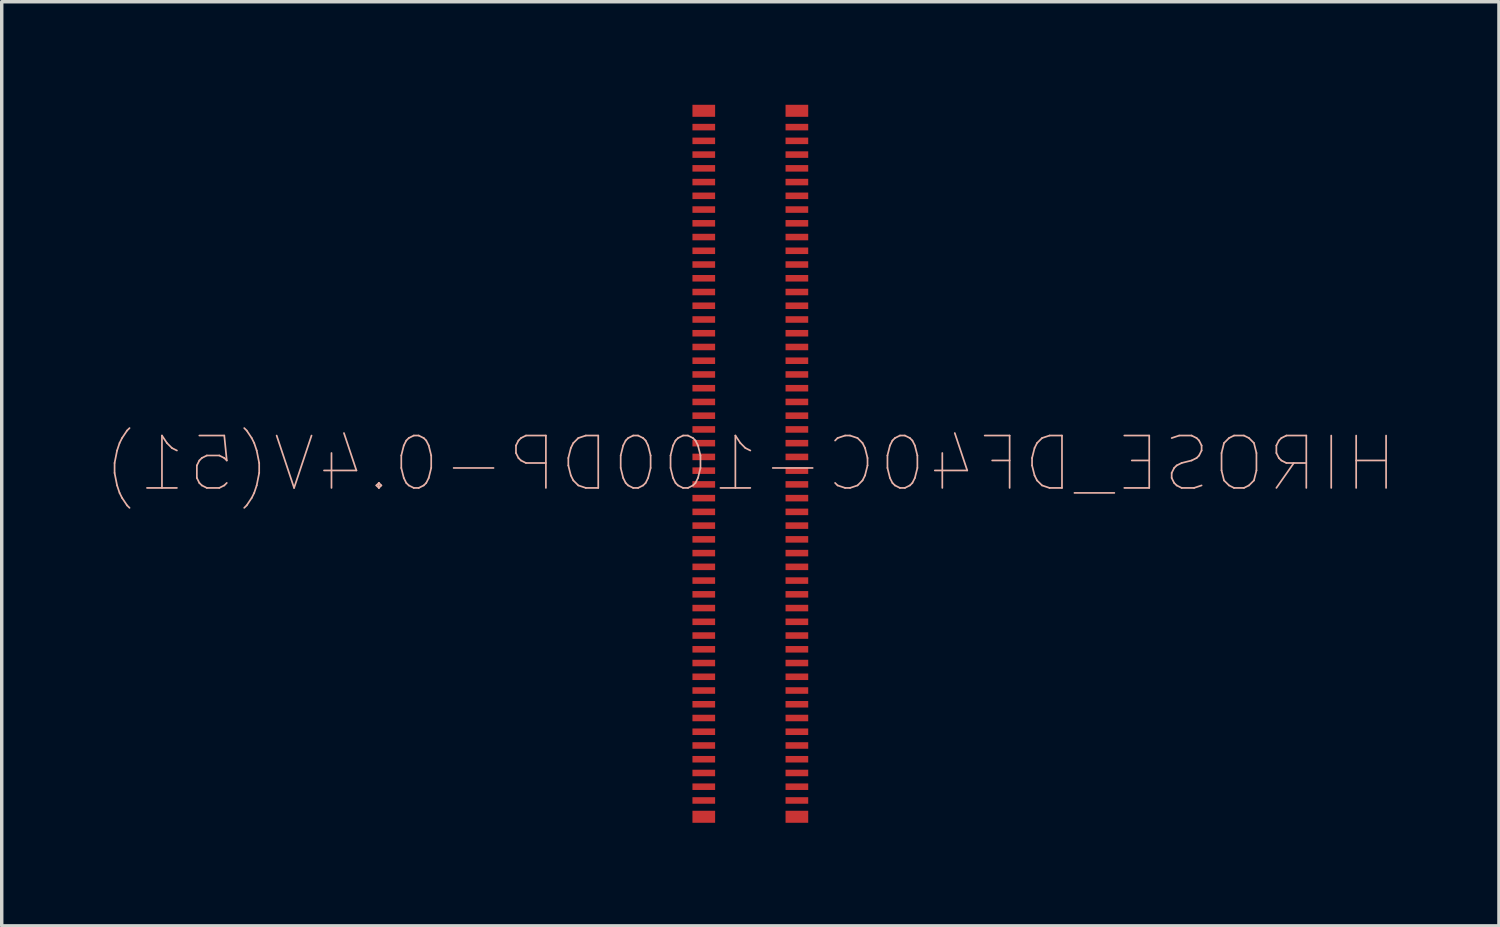
<source format=kicad_pcb>
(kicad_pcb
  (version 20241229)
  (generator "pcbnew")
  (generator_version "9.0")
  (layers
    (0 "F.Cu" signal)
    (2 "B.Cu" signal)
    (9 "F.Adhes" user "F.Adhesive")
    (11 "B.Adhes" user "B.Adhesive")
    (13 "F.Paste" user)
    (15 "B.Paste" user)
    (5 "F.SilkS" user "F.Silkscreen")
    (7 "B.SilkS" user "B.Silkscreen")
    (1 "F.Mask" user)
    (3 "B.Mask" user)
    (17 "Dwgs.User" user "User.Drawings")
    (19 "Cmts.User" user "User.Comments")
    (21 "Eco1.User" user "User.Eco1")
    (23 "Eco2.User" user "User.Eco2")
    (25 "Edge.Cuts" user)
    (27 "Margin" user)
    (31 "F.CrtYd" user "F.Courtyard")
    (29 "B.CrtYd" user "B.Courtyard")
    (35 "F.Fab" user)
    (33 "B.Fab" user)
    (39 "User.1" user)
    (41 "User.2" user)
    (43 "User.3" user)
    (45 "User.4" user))
  (footprint "HIROSE_DF40C-100DP-0.4V(51)"
    (layer "F.Cu")
    (at 18.791 10.45)
    (property "Reference" "HIROSE_DF40C-100DP-0.4V(51)" (at 0 0 0) (layer "B.SilkS") (effects (font (size 1.524 1.524) (thickness 0.05)) (justify mirror)))
    (attr smd)
    (pad "1" smd rect (at -1.355 -9.8 90) (size 0.19 0.66) (layers "F.Cu"))
    (pad "2" smd rect (at 1.355 -9.8 90) (size 0.19 0.66) (layers "F.Cu"))
    (pad "3" smd rect (at -1.355 -9.4 90) (size 0.19 0.66) (layers "F.Cu"))
    (pad "4" smd rect (at 1.355 -9.4 90) (size 0.19 0.66) (layers "F.Cu"))
    (pad "5" smd rect (at -1.355 -9 90) (size 0.19 0.66) (layers "F.Cu"))
    (pad "6" smd rect (at 1.355 -9 90) (size 0.19 0.66) (layers "F.Cu"))
    (pad "7" smd rect (at -1.355 -8.6 90) (size 0.19 0.66) (layers "F.Cu"))
    (pad "8" smd rect (at 1.355 -8.6 90) (size 0.19 0.66) (layers "F.Cu"))
    (pad "9" smd rect (at -1.355 -8.2 90) (size 0.19 0.66) (layers "F.Cu"))
    (pad "10" smd rect (at 1.355 -8.2 90) (size 0.19 0.66) (layers "F.Cu"))
    (pad "11" smd rect (at -1.355 -7.8 90) (size 0.19 0.66) (layers "F.Cu"))
    (pad "12" smd rect (at 1.355 -7.8 90) (size 0.19 0.66) (layers "F.Cu"))
    (pad "13" smd rect (at -1.355 -7.4 90) (size 0.19 0.66) (layers "F.Cu"))
    (pad "14" smd rect (at 1.355 -7.4 90) (size 0.19 0.66) (layers "F.Cu"))
    (pad "15" smd rect (at -1.355 -7 90) (size 0.19 0.66) (layers "F.Cu"))
    (pad "16" smd rect (at 1.355 -7 90) (size 0.19 0.66) (layers "F.Cu"))
    (pad "17" smd rect (at -1.355 -6.6 90) (size 0.19 0.66) (layers "F.Cu"))
    (pad "18" smd rect (at 1.355 -6.6 90) (size 0.19 0.66) (layers "F.Cu"))
    (pad "19" smd rect (at -1.355 -6.2 90) (size 0.19 0.66) (layers "F.Cu"))
    (pad "20" smd rect (at 1.355 -6.2 90) (size 0.19 0.66) (layers "F.Cu"))
    (pad "21" smd rect (at -1.355 -5.8 90) (size 0.19 0.66) (layers "F.Cu"))
    (pad "22" smd rect (at 1.355 -5.8 90) (size 0.19 0.66) (layers "F.Cu"))
    (pad "23" smd rect (at -1.355 -5.4 90) (size 0.19 0.66) (layers "F.Cu"))
    (pad "24" smd rect (at 1.355 -5.4 90) (size 0.19 0.66) (layers "F.Cu"))
    (pad "25" smd rect (at -1.355 -5 90) (size 0.19 0.66) (layers "F.Cu"))
    (pad "26" smd rect (at 1.355 -5 90) (size 0.19 0.66) (layers "F.Cu"))
    (pad "27" smd rect (at -1.355 -4.6 90) (size 0.19 0.66) (layers "F.Cu"))
    (pad "28" smd rect (at 1.355 -4.6 90) (size 0.19 0.66) (layers "F.Cu"))
    (pad "29" smd rect (at -1.355 -4.2 90) (size 0.19 0.66) (layers "F.Cu"))
    (pad "30" smd rect (at 1.355 -4.2 90) (size 0.19 0.66) (layers "F.Cu"))
    (pad "31" smd rect (at -1.355 -3.8 90) (size 0.19 0.66) (layers "F.Cu"))
    (pad "32" smd rect (at 1.355 -3.8 90) (size 0.19 0.66) (layers "F.Cu"))
    (pad "33" smd rect (at -1.355 -3.4 90) (size 0.19 0.66) (layers "F.Cu"))
    (pad "34" smd rect (at 1.355 -3.4 90) (size 0.19 0.66) (layers "F.Cu"))
    (pad "35" smd rect (at -1.355 -3 90) (size 0.19 0.66) (layers "F.Cu"))
    (pad "36" smd rect (at 1.355 -3 90) (size 0.19 0.66) (layers "F.Cu"))
    (pad "37" smd rect (at -1.355 -2.6 90) (size 0.19 0.66) (layers "F.Cu"))
    (pad "38" smd rect (at 1.355 -2.6 90) (size 0.19 0.66) (layers "F.Cu"))
    (pad "39" smd rect (at -1.355 -2.2 90) (size 0.19 0.66) (layers "F.Cu"))
    (pad "40" smd rect (at 1.355 -2.2 90) (size 0.19 0.66) (layers "F.Cu"))
    (pad "41" smd rect (at -1.355 -1.8 90) (size 0.19 0.66) (layers "F.Cu"))
    (pad "42" smd rect (at 1.355 -1.8 90) (size 0.19 0.66) (layers "F.Cu"))
    (pad "43" smd rect (at -1.355 -1.4 90) (size 0.19 0.66) (layers "F.Cu"))
    (pad "44" smd rect (at 1.355 -1.4 90) (size 0.19 0.66) (layers "F.Cu"))
    (pad "45" smd rect (at -1.355 -1 90) (size 0.19 0.66) (layers "F.Cu"))
    (pad "46" smd rect (at 1.355 -1 90) (size 0.19 0.66) (layers "F.Cu"))
    (pad "47" smd rect (at -1.355 -0.6 90) (size 0.19 0.66) (layers "F.Cu"))
    (pad "48" smd rect (at 1.355 -0.6 90) (size 0.19 0.66) (layers "F.Cu"))
    (pad "49" smd rect (at -1.355 -0.2 90) (size 0.19 0.66) (layers "F.Cu"))
    (pad "50" smd rect (at 1.355 -0.2 90) (size 0.19 0.66) (layers "F.Cu"))
    (pad "51" smd rect (at -1.355 0.2 90) (size 0.19 0.66) (layers "F.Cu"))
    (pad "52" smd rect (at 1.355 0.2 90) (size 0.19 0.66) (layers "F.Cu"))
    (pad "53" smd rect (at -1.355 0.6 90) (size 0.19 0.66) (layers "F.Cu"))
    (pad "54" smd rect (at 1.355 0.6 90) (size 0.19 0.66) (layers "F.Cu"))
    (pad "55" smd rect (at -1.355 1 90) (size 0.19 0.66) (layers "F.Cu"))
    (pad "56" smd rect (at 1.355 1 90) (size 0.19 0.66) (layers "F.Cu"))
    (pad "57" smd rect (at -1.355 1.4 90) (size 0.19 0.66) (layers "F.Cu"))
    (pad "58" smd rect (at 1.355 1.4 90) (size 0.19 0.66) (layers "F.Cu"))
    (pad "59" smd rect (at -1.355 1.8 90) (size 0.19 0.66) (layers "F.Cu"))
    (pad "60" smd rect (at 1.355 1.8 90) (size 0.19 0.66) (layers "F.Cu"))
    (pad "61" smd rect (at -1.355 2.2 90) (size 0.19 0.66) (layers "F.Cu"))
    (pad "62" smd rect (at 1.355 2.2 90) (size 0.19 0.66) (layers "F.Cu"))
    (pad "63" smd rect (at -1.355 2.6 90) (size 0.19 0.66) (layers "F.Cu"))
    (pad "64" smd rect (at 1.355 2.6 90) (size 0.19 0.66) (layers "F.Cu"))
    (pad "65" smd rect (at -1.355 3 90) (size 0.19 0.66) (layers "F.Cu"))
    (pad "66" smd rect (at 1.355 3 90) (size 0.19 0.66) (layers "F.Cu"))
    (pad "67" smd rect (at -1.355 3.4 90) (size 0.19 0.66) (layers "F.Cu"))
    (pad "68" smd rect (at 1.355 3.4 90) (size 0.19 0.66) (layers "F.Cu"))
    (pad "69" smd rect (at -1.355 3.8 90) (size 0.19 0.66) (layers "F.Cu"))
    (pad "70" smd rect (at 1.355 3.8 90) (size 0.19 0.66) (layers "F.Cu"))
    (pad "71" smd rect (at -1.355 4.2 90) (size 0.19 0.66) (layers "F.Cu"))
    (pad "72" smd rect (at 1.355 4.2 90) (size 0.19 0.66) (layers "F.Cu"))
    (pad "73" smd rect (at -1.355 4.6 90) (size 0.19 0.66) (layers "F.Cu"))
    (pad "74" smd rect (at 1.355 4.6 90) (size 0.19 0.66) (layers "F.Cu"))
    (pad "75" smd rect (at -1.355 5 90) (size 0.19 0.66) (layers "F.Cu"))
    (pad "76" smd rect (at 1.355 5 90) (size 0.19 0.66) (layers "F.Cu"))
    (pad "77" smd rect (at -1.355 5.4 90) (size 0.19 0.66) (layers "F.Cu"))
    (pad "78" smd rect (at 1.355 5.4 90) (size 0.19 0.66) (layers "F.Cu"))
    (pad "79" smd rect (at -1.355 5.8 90) (size 0.19 0.66) (layers "F.Cu"))
    (pad "80" smd rect (at 1.355 5.8 90) (size 0.19 0.66) (layers "F.Cu"))
    (pad "81" smd rect (at -1.355 6.2 90) (size 0.19 0.66) (layers "F.Cu"))
    (pad "82" smd rect (at 1.355 6.2 90) (size 0.19 0.66) (layers "F.Cu"))
    (pad "83" smd rect (at -1.355 6.6 90) (size 0.19 0.66) (layers "F.Cu"))
    (pad "84" smd rect (at 1.355 6.6 90) (size 0.19 0.66) (layers "F.Cu"))
    (pad "85" smd rect (at -1.355 7 90) (size 0.19 0.66) (layers "F.Cu"))
    (pad "86" smd rect (at 1.355 7 90) (size 0.19 0.66) (layers "F.Cu"))
    (pad "87" smd rect (at -1.355 7.4 90) (size 0.19 0.66) (layers "F.Cu"))
    (pad "88" smd rect (at 1.355 7.4 90) (size 0.19 0.66) (layers "F.Cu"))
    (pad "89" smd rect (at -1.355 7.8 90) (size 0.19 0.66) (layers "F.Cu"))
    (pad "90" smd rect (at 1.355 7.8 90) (size 0.19 0.66) (layers "F.Cu"))
    (pad "91" smd rect (at -1.355 8.2 90) (size 0.19 0.66) (layers "F.Cu"))
    (pad "92" smd rect (at 1.355 8.2 90) (size 0.19 0.66) (layers "F.Cu"))
    (pad "93" smd rect (at -1.355 8.6 90) (size 0.19 0.66) (layers "F.Cu"))
    (pad "94" smd rect (at 1.355 8.6 90) (size 0.19 0.66) (layers "F.Cu"))
    (pad "95" smd rect (at -1.355 9 90) (size 0.19 0.66) (layers "F.Cu"))
    (pad "96" smd rect (at 1.355 9 90) (size 0.19 0.66) (layers "F.Cu"))
    (pad "97" smd rect (at -1.355 9.4 90) (size 0.19 0.66) (layers "F.Cu"))
    (pad "98" smd rect (at 1.355 9.4 90) (size 0.19 0.66) (layers "F.Cu"))
    (pad "99" smd rect (at -1.355 9.8 90) (size 0.19 0.66) (layers "F.Cu"))
    (pad "100" smd rect (at 1.355 9.8 90) (size 0.19 0.66) (layers "F.Cu"))
    (pad "MH1" smd rect (at -1.355 -10.275 90) (size 0.35 0.66) (layers "F.Cu"))
    (pad "MH2" smd rect (at 1.355 -10.275 90) (size 0.35 0.66) (layers "F.Cu"))
    (pad "MH3" smd rect (at -1.355 10.275 90) (size 0.35 0.66) (layers "F.Cu"))
    (pad "MH4" smd rect (at 1.355 10.275 90) (size 0.35 0.66) (layers "F.Cu")))
  (gr_rect
    (start -3 -3)
    (end 40.582 23.9)
    (stroke (width 0.1) (type default))
    (fill no)
    (layer "Edge.Cuts")))
</source>
